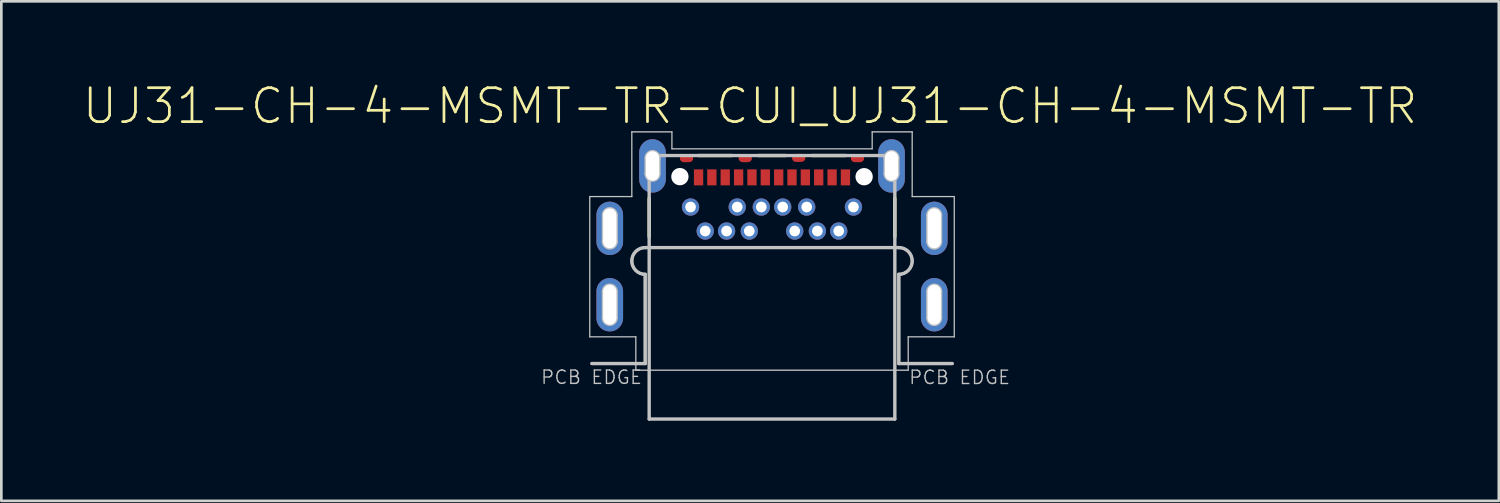
<source format=kicad_pcb>
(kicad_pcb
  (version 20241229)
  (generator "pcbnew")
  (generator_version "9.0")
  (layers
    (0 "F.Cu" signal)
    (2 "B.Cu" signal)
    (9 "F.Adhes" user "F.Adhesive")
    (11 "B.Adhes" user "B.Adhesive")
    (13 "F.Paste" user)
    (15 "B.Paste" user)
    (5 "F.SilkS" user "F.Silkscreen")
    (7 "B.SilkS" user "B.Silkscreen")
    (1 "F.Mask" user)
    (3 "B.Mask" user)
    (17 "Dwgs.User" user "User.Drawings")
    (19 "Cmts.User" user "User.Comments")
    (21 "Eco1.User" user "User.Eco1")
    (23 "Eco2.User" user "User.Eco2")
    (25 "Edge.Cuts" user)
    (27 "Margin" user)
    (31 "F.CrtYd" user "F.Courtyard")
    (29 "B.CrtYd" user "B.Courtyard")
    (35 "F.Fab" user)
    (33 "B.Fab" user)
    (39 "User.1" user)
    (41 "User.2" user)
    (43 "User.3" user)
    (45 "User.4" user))
  (footprint "UJ31-CH-4-MSMT-TR-CUI_UJ31-CH-4-MSMT-TR"
    (layer "F.Cu")
    (at 25.854 10.576)
    (property "Reference" "UJ31-CH-4-MSMT-TR-CUI_UJ31-CH-4-MSMT-TR" (at -0.822 -9.655 0) (layer "F.SilkS") (effects (font (size 1.27 1.27) (thickness 0.102))))
    (attr smd)
    (fp_poly (pts (xy -4.848 -0.015) (xy -4.848 -3.256) (xy -4.978 -3.289) (xy -5.097 -3.35) (xy -5.199 -3.434) (xy -5.28 -3.538) (xy -5.338 -3.66) (xy -5.366 -3.79) (xy -5.366 -3.922) (xy -5.338 -4.054) (xy -5.28 -4.173) (xy -5.199 -4.277) (xy -5.097 -4.364) (xy -4.978 -4.422) (xy -4.848 -4.455) (xy 4.85 -4.455) (xy 4.977 -4.422) (xy 5.096 -4.364) (xy 5.2 -4.277) (xy 5.281 -4.173) (xy 5.337 -4.054) (xy 5.368 -3.922) (xy 5.368 -3.79) (xy 5.337 -3.66) (xy 5.281 -3.538) (xy 5.2 -3.434) (xy 5.096 -3.35) (xy 4.977 -3.289) (xy 4.85 -3.256) (xy 4.85 -0.015) (xy -4.848 -0.015)) (stroke (width 0.048) (type solid)) (fill yes) (layer "F.Mask"))
    (fp_poly (pts (xy -4.848 -0.015) (xy -4.848 -3.256) (xy -4.978 -3.289) (xy -5.097 -3.35) (xy -5.199 -3.434) (xy -5.28 -3.538) (xy -5.338 -3.66) (xy -5.366 -3.79) (xy -5.366 -3.922) (xy -5.338 -4.054) (xy -5.28 -4.173) (xy -5.199 -4.277) (xy -5.097 -4.364) (xy -4.978 -4.422) (xy -4.848 -4.455) (xy 4.85 -4.455) (xy 4.977 -4.422) (xy 5.096 -4.364) (xy 5.2 -4.277) (xy 5.281 -4.173) (xy 5.337 -4.054) (xy 5.368 -3.922) (xy 5.368 -3.79) (xy 5.337 -3.66) (xy 5.281 -3.538) (xy 5.2 -3.434) (xy 5.096 -3.35) (xy 4.977 -3.289) (xy 4.85 -3.256) (xy 4.85 -0.015) (xy -4.848 -0.015)) (stroke (width 0.048) (type solid)) (fill yes) (layer "B.Mask"))
    (fp_line (start -4.599 -4.765) (end -4.599 -6.195) (stroke (width 0.127) (type solid)) (layer "F.SilkS"))
    (fp_line (start -2.75 -7.803) (end -1.5 -7.803) (stroke (width 0.127) (type solid)) (layer "F.SilkS"))
    (fp_line (start -0.502 -7.803) (end 0.499 -7.803) (stroke (width 0.127) (type solid)) (layer "F.SilkS"))
    (fp_line (start 1.499 -7.803) (end 2.749 -7.803) (stroke (width 0.127) (type solid)) (layer "F.SilkS"))
    (fp_line (start 4.598 -6.195) (end 4.598 -4.765) (stroke (width 0.127) (type solid)) (layer "F.SilkS"))
    (fp_line (start -6.824 -6.266) (end -5.249 -6.266) (stroke (width 0.048) (type solid)) (layer "Dwgs.User"))
    (fp_line (start -6.824 -1.016) (end -6.824 -6.266) (stroke (width 0.048) (type solid)) (layer "Dwgs.User"))
    (fp_line (start -6.324 -5.575) (end -6.324 -4.577) (stroke (width 0.1) (type solid)) (layer "Dwgs.User"))
    (fp_line (start -6.324 -2.715) (end -6.324 -1.717) (stroke (width 0.1) (type solid)) (layer "Dwgs.User"))
    (fp_line (start -5.823 -5.575) (end -5.823 -4.577) (stroke (width 0.1) (type solid)) (layer "Dwgs.User"))
    (fp_line (start -5.823 -2.715) (end -5.823 -1.717) (stroke (width 0.1) (type solid)) (layer "Dwgs.User"))
    (fp_line (start -5.249 -8.689) (end -3.748 -8.689) (stroke (width 0.048) (type solid)) (layer "Dwgs.User"))
    (fp_line (start -5.249 -6.266) (end -5.249 -8.689) (stroke (width 0.048) (type solid)) (layer "Dwgs.User"))
    (fp_line (start -5.099 -1.016) (end -6.824 -1.016) (stroke (width 0.048) (type solid)) (layer "Dwgs.User"))
    (fp_line (start -5.099 0.234) (end -5.099 -1.016) (stroke (width 0.048) (type solid)) (layer "Dwgs.User"))
    (fp_line (start -4.749 -4.356) (end 4.748 -4.356) (stroke (width 0.1) (type solid)) (layer "Dwgs.User"))
    (fp_line (start -4.749 -4.356) (end 4.748 -4.356) (stroke (width 0.127) (type solid)) (layer "Dwgs.User"))
    (fp_line (start -4.749 -3.355) (end -4.749 -0.015) (stroke (width 0.1) (type solid)) (layer "Dwgs.User"))
    (fp_line (start -4.749 -3.355) (end -4.749 -0.015) (stroke (width 0.127) (type solid)) (layer "Dwgs.User"))
    (fp_line (start -4.749 -0.015) (end -6.748 -0.015) (stroke (width 0.127) (type solid)) (layer "Dwgs.User"))
    (fp_line (start -4.724 -7.714) (end -4.724 -7.115) (stroke (width 0.1) (type solid)) (layer "Dwgs.User"))
    (fp_line (start -4.599 -7.803) (end -4.599 2.062) (stroke (width 0.127) (type solid)) (layer "Dwgs.User"))
    (fp_line (start -4.599 -7.803) (end 4.598 -7.803) (stroke (width 0.127) (type solid)) (layer "Dwgs.User"))
    (fp_line (start -4.599 2.062) (end 4.598 2.062) (stroke (width 0.127) (type solid)) (layer "Dwgs.User"))
    (fp_line (start -4.223 -7.714) (end -4.223 -7.115) (stroke (width 0.1) (type solid)) (layer "Dwgs.User"))
    (fp_line (start -3.748 -8.689) (end -3.748 -8.054) (stroke (width 0.048) (type solid)) (layer "Dwgs.User"))
    (fp_line (start -3.748 -8.054) (end 3.75 -8.054) (stroke (width 0.048) (type solid)) (layer "Dwgs.User"))
    (fp_line (start 3.75 -8.689) (end 5.248 -8.689) (stroke (width 0.048) (type solid)) (layer "Dwgs.User"))
    (fp_line (start 3.75 -8.054) (end 3.75 -8.689) (stroke (width 0.048) (type solid)) (layer "Dwgs.User"))
    (fp_line (start 4.225 -7.714) (end 4.225 -7.115) (stroke (width 0.1) (type solid)) (layer "Dwgs.User"))
    (fp_line (start 4.598 -7.803) (end 4.598 2.062) (stroke (width 0.127) (type solid)) (layer "Dwgs.User"))
    (fp_line (start 4.723 -7.714) (end 4.723 -7.115) (stroke (width 0.1) (type solid)) (layer "Dwgs.User"))
    (fp_line (start 4.748 -3.355) (end 4.748 -0.015) (stroke (width 0.1) (type solid)) (layer "Dwgs.User"))
    (fp_line (start 4.748 -3.355) (end 4.748 -0.015) (stroke (width 0.127) (type solid)) (layer "Dwgs.User"))
    (fp_line (start 4.748 -0.015) (end 6.75 -0.015) (stroke (width 0.127) (type solid)) (layer "Dwgs.User"))
    (fp_line (start 5.099 -1.016) (end 5.099 0.234) (stroke (width 0.048) (type solid)) (layer "Dwgs.User"))
    (fp_line (start 5.099 0.234) (end -5.099 0.234) (stroke (width 0.048) (type solid)) (layer "Dwgs.User"))
    (fp_line (start 5.248 -8.689) (end 5.248 -6.266) (stroke (width 0.048) (type solid)) (layer "Dwgs.User"))
    (fp_line (start 5.248 -6.266) (end 6.823 -6.266) (stroke (width 0.048) (type solid)) (layer "Dwgs.User"))
    (fp_line (start 5.822 -5.575) (end 5.822 -4.577) (stroke (width 0.1) (type solid)) (layer "Dwgs.User"))
    (fp_line (start 5.822 -2.715) (end 5.822 -1.717) (stroke (width 0.1) (type solid)) (layer "Dwgs.User"))
    (fp_line (start 6.323 -5.575) (end 6.323 -4.577) (stroke (width 0.1) (type solid)) (layer "Dwgs.User"))
    (fp_line (start 6.323 -2.715) (end 6.323 -1.717) (stroke (width 0.1) (type solid)) (layer "Dwgs.User"))
    (fp_line (start 6.823 -6.266) (end 6.823 -1.016) (stroke (width 0.048) (type solid)) (layer "Dwgs.User"))
    (fp_line (start 6.823 -1.016) (end 5.099 -1.016) (stroke (width 0.048) (type solid)) (layer "Dwgs.User"))
    (fp_arc (start -6.32378 -5.5753) (mid -6.07486 -5.82422) (end -5.82594 -5.5753) (stroke (width 0.1) (type solid)) (layer "Dwgs.User"))
    (fp_arc (start -6.32378 -2.71526) (mid -6.07486 -2.96418) (end -5.82594 -2.71526) (stroke (width 0.1) (type solid)) (layer "Dwgs.User"))
    (fp_arc (start -5.8234 -4.57708) (mid -6.07486 -4.32562) (end -6.32632 -4.57708) (stroke (width 0.1) (type solid)) (layer "Dwgs.User"))
    (fp_arc (start -5.8234 -1.71704) (mid -6.07486 -1.46558) (end -6.32632 -1.71704) (stroke (width 0.1) (type solid)) (layer "Dwgs.User"))
    (fp_arc (start -4.74898 -3.35534) (mid -5.24936 -3.85572) (end -4.74898 -4.3561) (stroke (width 0.1) (type solid)) (layer "Dwgs.User"))
    (fp_arc (start -4.74898 -3.35534) (mid -5.24936 -3.85572) (end -4.74898 -4.3561) (stroke (width 0.127) (type solid)) (layer "Dwgs.User"))
    (fp_arc (start -4.72358 -7.71398) (mid -4.47466 -7.9629) (end -4.22574 -7.71398) (stroke (width 0.1) (type solid)) (layer "Dwgs.User"))
    (fp_arc (start -4.2232 -7.11454) (mid -4.47466 -6.86308) (end -4.72612 -7.11454) (stroke (width 0.1) (type solid)) (layer "Dwgs.User"))
    (fp_arc (start 4.22484 -7.71398) (mid 4.47376 -7.9629) (end 4.72268 -7.71398) (stroke (width 0.1) (type solid)) (layer "Dwgs.User"))
    (fp_arc (start 4.72268 -7.11454) (mid 4.47376 -6.86562) (end 4.22484 -7.11454) (stroke (width 0.1) (type solid)) (layer "Dwgs.User"))
    (fp_arc (start 4.74808 -4.3561) (mid 5.24846 -3.85572) (end 4.74808 -3.35534) (stroke (width 0.1) (type solid)) (layer "Dwgs.User"))
    (fp_arc (start 4.74808 -4.3561) (mid 5.24846 -3.85572) (end 4.74808 -3.35534) (stroke (width 0.127) (type solid)) (layer "Dwgs.User"))
    (fp_arc (start 5.8225 -5.5753) (mid 6.07396 -5.82676) (end 6.32542 -5.5753) (stroke (width 0.1) (type solid)) (layer "Dwgs.User"))
    (fp_arc (start 5.8225 -2.71526) (mid 6.07396 -2.96672) (end 6.32542 -2.71526) (stroke (width 0.1) (type solid)) (layer "Dwgs.User"))
    (fp_arc (start 6.32288 -4.57708) (mid 6.07396 -4.32816) (end 5.82504 -4.57708) (stroke (width 0.1) (type solid)) (layer "Dwgs.User"))
    (fp_arc (start 6.32288 -1.71704) (mid 6.07396 -1.46812) (end 5.82504 -1.71704) (stroke (width 0.1) (type solid)) (layer "Dwgs.User"))
    (fp_text user "PCB EDGE" (at -6.758 0.498 0) (layer "Dwgs.User") (effects (font (size 0.5 0.5) (thickness 0.051))))
    (fp_text user "PCB EDGE" (at 7.024 0.503 0) (layer "Dwgs.User") (effects (font (size 0.5 0.5) (thickness 0.051))))
    (pad "" np_thru_hole circle (at -3.449 -7.013) (size 0.648 0.648) (drill 0.648) (layers "*.Cu" "*.Mask"))
    (pad "" np_thru_hole circle (at 3.448 -7.01) (size 0.648 0.648) (drill 0.648) (layers "*.Cu" "*.Mask"))
    (pad "A1" smd rect (at -2.75 -6.985) (size 0.348 0.599) (layers "F.Cu" "F.Mask" "F.Paste"))
    (pad "A2" smd rect (at -2.252 -6.985) (size 0.348 0.599) (layers "F.Cu" "F.Mask" "F.Paste"))
    (pad "A3" smd rect (at -1.752 -6.985) (size 0.348 0.599) (layers "F.Cu" "F.Mask" "F.Paste"))
    (pad "A4" smd rect (at -1.251 -6.985) (size 0.348 0.599) (layers "F.Cu" "F.Mask" "F.Paste"))
    (pad "A5" smd rect (at -0.751 -6.985) (size 0.348 0.599) (layers "F.Cu" "F.Mask" "F.Paste"))
    (pad "A6" smd rect (at -0.251 -6.985) (size 0.348 0.599) (layers "F.Cu" "F.Mask" "F.Paste"))
    (pad "A7" smd rect (at 0.25 -6.985) (size 0.348 0.599) (layers "F.Cu" "F.Mask" "F.Paste"))
    (pad "A8" smd rect (at 0.748 -6.985) (size 0.348 0.599) (layers "F.Cu" "F.Mask" "F.Paste"))
    (pad "A9" smd rect (at 1.248 -6.985) (size 0.348 0.599) (layers "F.Cu" "F.Mask" "F.Paste"))
    (pad "A10" smd rect (at 1.748 -6.985) (size 0.348 0.599) (layers "F.Cu" "F.Mask" "F.Paste"))
    (pad "A11" smd rect (at 2.249 -6.985) (size 0.348 0.599) (layers "F.Cu" "F.Mask" "F.Paste"))
    (pad "A12" smd rect (at 2.749 -6.985) (size 0.348 0.599) (layers "F.Cu" "F.Mask" "F.Paste"))
    (pad "B1" thru_hole circle (at 3.049 -5.875) (size 0.648 0.648) (drill 0.399) (layers "*.Cu" "*.Paste" "*.Mask"))
    (pad "B2" thru_hole circle (at 2.498 -4.976) (size 0.648 0.648) (drill 0.399) (layers "*.Cu" "*.Paste" "*.Mask"))
    (pad "B3" thru_hole circle (at 1.698 -4.976) (size 0.648 0.648) (drill 0.399) (layers "*.Cu" "*.Paste" "*.Mask"))
    (pad "B4" thru_hole circle (at 1.299 -5.875) (size 0.648 0.648) (drill 0.399) (layers "*.Cu" "*.Paste" "*.Mask"))
    (pad "B5" thru_hole circle (at 0.849 -4.976) (size 0.648 0.648) (drill 0.399) (layers "*.Cu" "*.Paste" "*.Mask"))
    (pad "B6" thru_hole circle (at 0.4 -5.875) (size 0.648 0.648) (drill 0.399) (layers "*.Cu" "*.Paste" "*.Mask"))
    (pad "B7" thru_hole circle (at -0.401 -5.875) (size 0.648 0.648) (drill 0.399) (layers "*.Cu" "*.Paste" "*.Mask"))
    (pad "B8" thru_hole circle (at -0.85 -4.976) (size 0.648 0.648) (drill 0.399) (layers "*.Cu" "*.Paste" "*.Mask"))
    (pad "B9" thru_hole circle (at -1.302 -5.875) (size 0.648 0.648) (drill 0.399) (layers "*.Cu" "*.Paste" "*.Mask"))
    (pad "B10" thru_hole circle (at -1.701 -4.976) (size 0.648 0.648) (drill 0.399) (layers "*.Cu" "*.Paste" "*.Mask"))
    (pad "B11" thru_hole circle (at -2.501 -4.976) (size 0.648 0.648) (drill 0.399) (layers "*.Cu" "*.Paste" "*.Mask"))
    (pad "B12" thru_hole circle (at -3.05 -5.875) (size 0.648 0.648) (drill 0.399) (layers "*.Cu" "*.Paste" "*.Mask"))
    (pad "SH1" thru_hole oval (at -4.475 -7.414 180) (size 0.998 1.999) (drill oval 0.498 1.102) (layers "*.Cu" "*.Paste" "*.Mask"))
    (pad "SH2" thru_hole oval (at 4.474 -7.414 180) (size 0.998 1.999) (drill oval 0.498 1.102) (layers "*.Cu" "*.Paste" "*.Mask"))
    (pad "SH3" thru_hole oval (at -6.075 -5.077 180) (size 0.998 1.999) (drill oval 0.498 1.494) (layers "*.Cu" "*.Paste" "*.Mask"))
    (pad "SH4" thru_hole oval (at 6.074 -5.077 180) (size 0.998 1.999) (drill oval 0.498 1.494) (layers "*.Cu" "*.Paste" "*.Mask"))
    (pad "SH5" thru_hole oval (at -6.075 -2.217 180) (size 0.998 1.999) (drill oval 0.498 1.494) (layers "*.Cu" "*.Paste" "*.Mask"))
    (pad "SH6" thru_hole oval (at 6.074 -2.217 180) (size 0.998 1.999) (drill oval 0.498 1.494) (layers "*.Cu" "*.Paste" "*.Mask"))
    (pad "SH7" smd oval (at -3.2 -7.704) (size 0.498 0.3) (layers "F.Cu" "F.Mask" "F.Paste"))
    (pad "SH8" smd oval (at -1.002 -7.704) (size 0.498 0.3) (layers "F.Cu" "F.Mask" "F.Paste"))
    (pad "SH9" smd oval (at 0.999 -7.714) (size 0.498 0.3) (layers "F.Cu" "F.Mask" "F.Paste"))
    (pad "SH10" smd oval (at 3.199 -7.704) (size 0.498 0.3) (layers "F.Cu" "F.Mask" "F.Paste")))
  (gr_rect
    (start -3 -3)
    (end 53.065 15.702)
    (stroke (width 0.1) (type default))
    (fill no)
    (layer "Edge.Cuts")))
</source>
